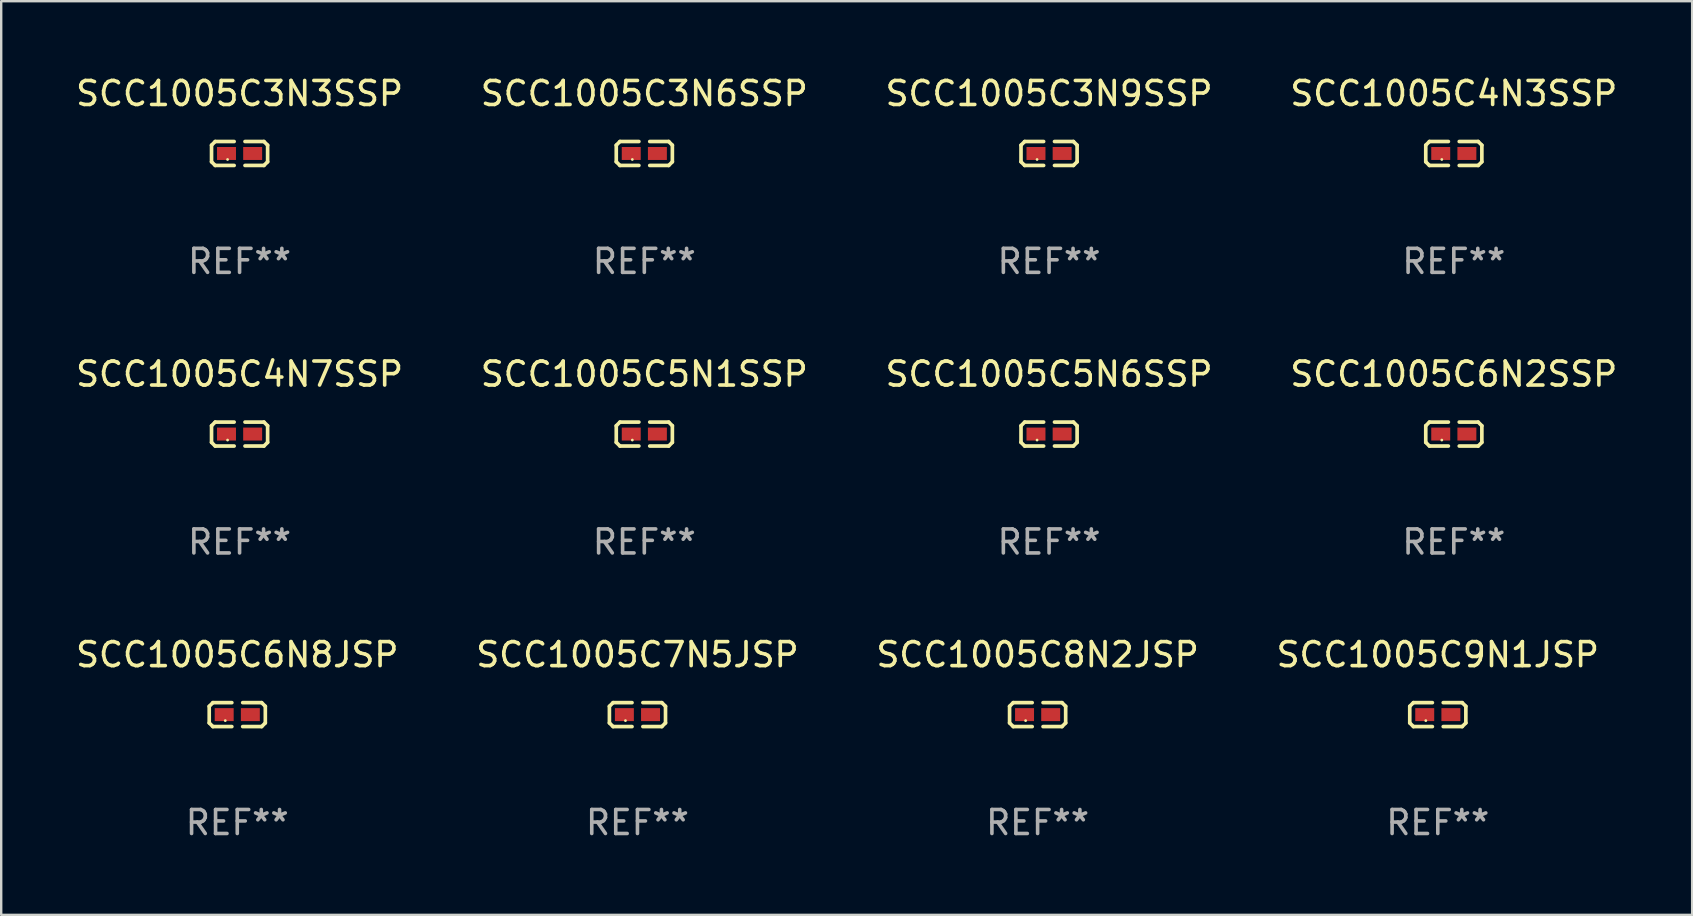
<source format=kicad_pcb>
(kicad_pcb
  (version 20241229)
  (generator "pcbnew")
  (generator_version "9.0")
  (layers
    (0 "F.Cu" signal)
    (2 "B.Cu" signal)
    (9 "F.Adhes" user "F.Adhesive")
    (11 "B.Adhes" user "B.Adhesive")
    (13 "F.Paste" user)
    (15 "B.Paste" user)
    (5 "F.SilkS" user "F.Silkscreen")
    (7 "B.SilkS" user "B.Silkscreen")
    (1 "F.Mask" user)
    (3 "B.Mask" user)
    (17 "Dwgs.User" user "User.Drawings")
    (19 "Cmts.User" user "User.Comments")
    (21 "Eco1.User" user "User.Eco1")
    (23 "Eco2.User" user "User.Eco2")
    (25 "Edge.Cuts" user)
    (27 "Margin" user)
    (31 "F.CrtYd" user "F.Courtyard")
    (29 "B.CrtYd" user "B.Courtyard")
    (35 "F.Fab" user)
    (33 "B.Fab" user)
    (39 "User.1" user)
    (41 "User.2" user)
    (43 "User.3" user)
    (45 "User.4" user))
  (footprint "SCC1005C8N2JSP"
    (layer "F.Cu")
    (at 40.196 26.734)
    (property "Reference" "SCC1005C8N2JSP" (at 0 -2.499 0) (layer "F.SilkS") (effects (font (size 1 1) (thickness 0.15))))
    (attr through_hole)
    (fp_line (start -1.169 -0.346) (end -1.016 -0.499) (stroke (width 0.152) (type solid)) (layer "F.SilkS"))
    (fp_line (start -1.169 0.346) (end -1.169 -0.346) (stroke (width 0.152) (type solid)) (layer "F.SilkS"))
    (fp_line (start -1.016 -0.499) (end -0.226 -0.499) (stroke (width 0.152) (type solid)) (layer "F.SilkS"))
    (fp_line (start -1.016 0.499) (end -1.169 0.346) (stroke (width 0.152) (type solid)) (layer "F.SilkS"))
    (fp_line (start -0.226 0.499) (end -1.016 0.499) (stroke (width 0.152) (type solid)) (layer "F.SilkS"))
    (fp_line (start 0.226 0.499) (end 1.016 0.499) (stroke (width 0.152) (type solid)) (layer "F.SilkS"))
    (fp_line (start 1.016 -0.499) (end 0.226 -0.499) (stroke (width 0.152) (type solid)) (layer "F.SilkS"))
    (fp_line (start 1.016 0.499) (end 1.169 0.346) (stroke (width 0.152) (type solid)) (layer "F.SilkS"))
    (fp_line (start 1.169 -0.346) (end 1.016 -0.499) (stroke (width 0.152) (type solid)) (layer "F.SilkS"))
    (fp_line (start 1.169 0.346) (end 1.169 -0.346) (stroke (width 0.152) (type solid)) (layer "F.SilkS"))
    (fp_circle (center -0.5 0.25) (end -0.47 0.25) (stroke (width 0.06) (type solid)) (fill no) (layer "F.SilkS"))
    (fp_text user "REF**" (at 0 4.499 0) (layer "F.Fab") (effects (font (size 1 1) (thickness 0.15))))
    (pad "1" smd rect (at -0.545 0) (size 0.79 0.54) (layers "F.Cu" "F.Mask" "F.Paste"))
    (pad "2" smd rect (at 0.545 0) (size 0.79 0.54) (layers "F.Cu" "F.Mask" "F.Paste")))
  (footprint "SCC1005C5N1SSP"
    (layer "F.Cu")
    (at 23.804 15.041)
    (property "Reference" "SCC1005C5N1SSP" (at 0 -2.499 0) (layer "F.SilkS") (effects (font (size 1 1) (thickness 0.15))))
    (attr through_hole)
    (fp_line (start -1.169 -0.346) (end -1.016 -0.499) (stroke (width 0.152) (type solid)) (layer "F.SilkS"))
    (fp_line (start -1.169 0.346) (end -1.169 -0.346) (stroke (width 0.152) (type solid)) (layer "F.SilkS"))
    (fp_line (start -1.016 -0.499) (end -0.226 -0.499) (stroke (width 0.152) (type solid)) (layer "F.SilkS"))
    (fp_line (start -1.016 0.499) (end -1.169 0.346) (stroke (width 0.152) (type solid)) (layer "F.SilkS"))
    (fp_line (start -0.226 0.499) (end -1.016 0.499) (stroke (width 0.152) (type solid)) (layer "F.SilkS"))
    (fp_line (start 0.226 0.499) (end 1.016 0.499) (stroke (width 0.152) (type solid)) (layer "F.SilkS"))
    (fp_line (start 1.016 -0.499) (end 0.226 -0.499) (stroke (width 0.152) (type solid)) (layer "F.SilkS"))
    (fp_line (start 1.016 0.499) (end 1.169 0.346) (stroke (width 0.152) (type solid)) (layer "F.SilkS"))
    (fp_line (start 1.169 -0.346) (end 1.016 -0.499) (stroke (width 0.152) (type solid)) (layer "F.SilkS"))
    (fp_line (start 1.169 0.346) (end 1.169 -0.346) (stroke (width 0.152) (type solid)) (layer "F.SilkS"))
    (fp_circle (center -0.5 0.25) (end -0.47 0.25) (stroke (width 0.06) (type solid)) (fill no) (layer "F.SilkS"))
    (fp_text user "REF**" (at 0 4.499 0) (layer "F.Fab") (effects (font (size 1 1) (thickness 0.15))))
    (pad "1" smd rect (at -0.545 0) (size 0.79 0.54) (layers "F.Cu" "F.Mask" "F.Paste"))
    (pad "2" smd rect (at 0.545 0) (size 0.79 0.54) (layers "F.Cu" "F.Mask" "F.Paste")))
  (footprint "SCC1005C3N9SSP"
    (layer "F.Cu")
    (at 40.673 3.347)
    (property "Reference" "SCC1005C3N9SSP" (at 0 -2.499 0) (layer "F.SilkS") (effects (font (size 1 1) (thickness 0.15))))
    (attr through_hole)
    (fp_line (start -1.169 -0.346) (end -1.016 -0.499) (stroke (width 0.152) (type solid)) (layer "F.SilkS"))
    (fp_line (start -1.169 0.346) (end -1.169 -0.346) (stroke (width 0.152) (type solid)) (layer "F.SilkS"))
    (fp_line (start -1.016 -0.499) (end -0.226 -0.499) (stroke (width 0.152) (type solid)) (layer "F.SilkS"))
    (fp_line (start -1.016 0.499) (end -1.169 0.346) (stroke (width 0.152) (type solid)) (layer "F.SilkS"))
    (fp_line (start -0.226 0.499) (end -1.016 0.499) (stroke (width 0.152) (type solid)) (layer "F.SilkS"))
    (fp_line (start 0.226 0.499) (end 1.016 0.499) (stroke (width 0.152) (type solid)) (layer "F.SilkS"))
    (fp_line (start 1.016 -0.499) (end 0.226 -0.499) (stroke (width 0.152) (type solid)) (layer "F.SilkS"))
    (fp_line (start 1.016 0.499) (end 1.169 0.346) (stroke (width 0.152) (type solid)) (layer "F.SilkS"))
    (fp_line (start 1.169 -0.346) (end 1.016 -0.499) (stroke (width 0.152) (type solid)) (layer "F.SilkS"))
    (fp_line (start 1.169 0.346) (end 1.169 -0.346) (stroke (width 0.152) (type solid)) (layer "F.SilkS"))
    (fp_circle (center -0.5 0.25) (end -0.47 0.25) (stroke (width 0.06) (type solid)) (fill no) (layer "F.SilkS"))
    (fp_text user "REF**" (at 0 4.499 0) (layer "F.Fab") (effects (font (size 1 1) (thickness 0.15))))
    (pad "1" smd rect (at -0.545 0) (size 0.79 0.54) (layers "F.Cu" "F.Mask" "F.Paste"))
    (pad "2" smd rect (at 0.545 0) (size 0.79 0.54) (layers "F.Cu" "F.Mask" "F.Paste")))
  (footprint "SCC1005C4N7SSP"
    (layer "F.Cu")
    (at 6.935 15.041)
    (property "Reference" "SCC1005C4N7SSP" (at 0 -2.499 0) (layer "F.SilkS") (effects (font (size 1 1) (thickness 0.15))))
    (attr through_hole)
    (fp_line (start -1.169 -0.346) (end -1.016 -0.499) (stroke (width 0.152) (type solid)) (layer "F.SilkS"))
    (fp_line (start -1.169 0.346) (end -1.169 -0.346) (stroke (width 0.152) (type solid)) (layer "F.SilkS"))
    (fp_line (start -1.016 -0.499) (end -0.226 -0.499) (stroke (width 0.152) (type solid)) (layer "F.SilkS"))
    (fp_line (start -1.016 0.499) (end -1.169 0.346) (stroke (width 0.152) (type solid)) (layer "F.SilkS"))
    (fp_line (start -0.226 0.499) (end -1.016 0.499) (stroke (width 0.152) (type solid)) (layer "F.SilkS"))
    (fp_line (start 0.226 0.499) (end 1.016 0.499) (stroke (width 0.152) (type solid)) (layer "F.SilkS"))
    (fp_line (start 1.016 -0.499) (end 0.226 -0.499) (stroke (width 0.152) (type solid)) (layer "F.SilkS"))
    (fp_line (start 1.016 0.499) (end 1.169 0.346) (stroke (width 0.152) (type solid)) (layer "F.SilkS"))
    (fp_line (start 1.169 -0.346) (end 1.016 -0.499) (stroke (width 0.152) (type solid)) (layer "F.SilkS"))
    (fp_line (start 1.169 0.346) (end 1.169 -0.346) (stroke (width 0.152) (type solid)) (layer "F.SilkS"))
    (fp_circle (center -0.5 0.25) (end -0.47 0.25) (stroke (width 0.06) (type solid)) (fill no) (layer "F.SilkS"))
    (fp_text user "REF**" (at 0 4.499 0) (layer "F.Fab") (effects (font (size 1 1) (thickness 0.15))))
    (pad "1" smd rect (at -0.545 0) (size 0.79 0.54) (layers "F.Cu" "F.Mask" "F.Paste"))
    (pad "2" smd rect (at 0.545 0) (size 0.79 0.54) (layers "F.Cu" "F.Mask" "F.Paste")))
  (footprint "SCC1005C5N6SSP"
    (layer "F.Cu")
    (at 40.673 15.041)
    (property "Reference" "SCC1005C5N6SSP" (at 0 -2.499 0) (layer "F.SilkS") (effects (font (size 1 1) (thickness 0.15))))
    (attr through_hole)
    (fp_line (start -1.169 -0.346) (end -1.016 -0.499) (stroke (width 0.152) (type solid)) (layer "F.SilkS"))
    (fp_line (start -1.169 0.346) (end -1.169 -0.346) (stroke (width 0.152) (type solid)) (layer "F.SilkS"))
    (fp_line (start -1.016 -0.499) (end -0.226 -0.499) (stroke (width 0.152) (type solid)) (layer "F.SilkS"))
    (fp_line (start -1.016 0.499) (end -1.169 0.346) (stroke (width 0.152) (type solid)) (layer "F.SilkS"))
    (fp_line (start -0.226 0.499) (end -1.016 0.499) (stroke (width 0.152) (type solid)) (layer "F.SilkS"))
    (fp_line (start 0.226 0.499) (end 1.016 0.499) (stroke (width 0.152) (type solid)) (layer "F.SilkS"))
    (fp_line (start 1.016 -0.499) (end 0.226 -0.499) (stroke (width 0.152) (type solid)) (layer "F.SilkS"))
    (fp_line (start 1.016 0.499) (end 1.169 0.346) (stroke (width 0.152) (type solid)) (layer "F.SilkS"))
    (fp_line (start 1.169 -0.346) (end 1.016 -0.499) (stroke (width 0.152) (type solid)) (layer "F.SilkS"))
    (fp_line (start 1.169 0.346) (end 1.169 -0.346) (stroke (width 0.152) (type solid)) (layer "F.SilkS"))
    (fp_circle (center -0.5 0.25) (end -0.47 0.25) (stroke (width 0.06) (type solid)) (fill no) (layer "F.SilkS"))
    (fp_text user "REF**" (at 0 4.499 0) (layer "F.Fab") (effects (font (size 1 1) (thickness 0.15))))
    (pad "1" smd rect (at -0.545 0) (size 0.79 0.54) (layers "F.Cu" "F.Mask" "F.Paste"))
    (pad "2" smd rect (at 0.545 0) (size 0.79 0.54) (layers "F.Cu" "F.Mask" "F.Paste")))
  (footprint "SCC1005C6N8JSP"
    (layer "F.Cu")
    (at 6.839 26.734)
    (property "Reference" "SCC1005C6N8JSP" (at 0 -2.499 0) (layer "F.SilkS") (effects (font (size 1 1) (thickness 0.15))))
    (attr through_hole)
    (fp_line (start -1.169 -0.346) (end -1.016 -0.499) (stroke (width 0.152) (type solid)) (layer "F.SilkS"))
    (fp_line (start -1.169 0.346) (end -1.169 -0.346) (stroke (width 0.152) (type solid)) (layer "F.SilkS"))
    (fp_line (start -1.016 -0.499) (end -0.226 -0.499) (stroke (width 0.152) (type solid)) (layer "F.SilkS"))
    (fp_line (start -1.016 0.499) (end -1.169 0.346) (stroke (width 0.152) (type solid)) (layer "F.SilkS"))
    (fp_line (start -0.226 0.499) (end -1.016 0.499) (stroke (width 0.152) (type solid)) (layer "F.SilkS"))
    (fp_line (start 0.226 0.499) (end 1.016 0.499) (stroke (width 0.152) (type solid)) (layer "F.SilkS"))
    (fp_line (start 1.016 -0.499) (end 0.226 -0.499) (stroke (width 0.152) (type solid)) (layer "F.SilkS"))
    (fp_line (start 1.016 0.499) (end 1.169 0.346) (stroke (width 0.152) (type solid)) (layer "F.SilkS"))
    (fp_line (start 1.169 -0.346) (end 1.016 -0.499) (stroke (width 0.152) (type solid)) (layer "F.SilkS"))
    (fp_line (start 1.169 0.346) (end 1.169 -0.346) (stroke (width 0.152) (type solid)) (layer "F.SilkS"))
    (fp_circle (center -0.5 0.25) (end -0.47 0.25) (stroke (width 0.06) (type solid)) (fill no) (layer "F.SilkS"))
    (fp_text user "REF**" (at 0 4.499 0) (layer "F.Fab") (effects (font (size 1 1) (thickness 0.15))))
    (pad "1" smd rect (at -0.545 0) (size 0.79 0.54) (layers "F.Cu" "F.Mask" "F.Paste"))
    (pad "2" smd rect (at 0.545 0) (size 0.79 0.54) (layers "F.Cu" "F.Mask" "F.Paste")))
  (footprint "SCC1005C7N5JSP"
    (layer "F.Cu")
    (at 23.518 26.734)
    (property "Reference" "SCC1005C7N5JSP" (at 0 -2.499 0) (layer "F.SilkS") (effects (font (size 1 1) (thickness 0.15))))
    (attr through_hole)
    (fp_line (start -1.169 -0.346) (end -1.016 -0.499) (stroke (width 0.152) (type solid)) (layer "F.SilkS"))
    (fp_line (start -1.169 0.346) (end -1.169 -0.346) (stroke (width 0.152) (type solid)) (layer "F.SilkS"))
    (fp_line (start -1.016 -0.499) (end -0.226 -0.499) (stroke (width 0.152) (type solid)) (layer "F.SilkS"))
    (fp_line (start -1.016 0.499) (end -1.169 0.346) (stroke (width 0.152) (type solid)) (layer "F.SilkS"))
    (fp_line (start -0.226 0.499) (end -1.016 0.499) (stroke (width 0.152) (type solid)) (layer "F.SilkS"))
    (fp_line (start 0.226 0.499) (end 1.016 0.499) (stroke (width 0.152) (type solid)) (layer "F.SilkS"))
    (fp_line (start 1.016 -0.499) (end 0.226 -0.499) (stroke (width 0.152) (type solid)) (layer "F.SilkS"))
    (fp_line (start 1.016 0.499) (end 1.169 0.346) (stroke (width 0.152) (type solid)) (layer "F.SilkS"))
    (fp_line (start 1.169 -0.346) (end 1.016 -0.499) (stroke (width 0.152) (type solid)) (layer "F.SilkS"))
    (fp_line (start 1.169 0.346) (end 1.169 -0.346) (stroke (width 0.152) (type solid)) (layer "F.SilkS"))
    (fp_circle (center -0.5 0.25) (end -0.47 0.25) (stroke (width 0.06) (type solid)) (fill no) (layer "F.SilkS"))
    (fp_text user "REF**" (at 0 4.499 0) (layer "F.Fab") (effects (font (size 1 1) (thickness 0.15))))
    (pad "1" smd rect (at -0.545 0) (size 0.79 0.54) (layers "F.Cu" "F.Mask" "F.Paste"))
    (pad "2" smd rect (at 0.545 0) (size 0.79 0.54) (layers "F.Cu" "F.Mask" "F.Paste")))
  (footprint "SCC1005C6N2SSP"
    (layer "F.Cu")
    (at 57.542 15.041)
    (property "Reference" "SCC1005C6N2SSP" (at 0 -2.499 0) (layer "F.SilkS") (effects (font (size 1 1) (thickness 0.15))))
    (attr through_hole)
    (fp_line (start -1.169 -0.346) (end -1.016 -0.499) (stroke (width 0.152) (type solid)) (layer "F.SilkS"))
    (fp_line (start -1.169 0.346) (end -1.169 -0.346) (stroke (width 0.152) (type solid)) (layer "F.SilkS"))
    (fp_line (start -1.016 -0.499) (end -0.226 -0.499) (stroke (width 0.152) (type solid)) (layer "F.SilkS"))
    (fp_line (start -1.016 0.499) (end -1.169 0.346) (stroke (width 0.152) (type solid)) (layer "F.SilkS"))
    (fp_line (start -0.226 0.499) (end -1.016 0.499) (stroke (width 0.152) (type solid)) (layer "F.SilkS"))
    (fp_line (start 0.226 0.499) (end 1.016 0.499) (stroke (width 0.152) (type solid)) (layer "F.SilkS"))
    (fp_line (start 1.016 -0.499) (end 0.226 -0.499) (stroke (width 0.152) (type solid)) (layer "F.SilkS"))
    (fp_line (start 1.016 0.499) (end 1.169 0.346) (stroke (width 0.152) (type solid)) (layer "F.SilkS"))
    (fp_line (start 1.169 -0.346) (end 1.016 -0.499) (stroke (width 0.152) (type solid)) (layer "F.SilkS"))
    (fp_line (start 1.169 0.346) (end 1.169 -0.346) (stroke (width 0.152) (type solid)) (layer "F.SilkS"))
    (fp_circle (center -0.5 0.25) (end -0.47 0.25) (stroke (width 0.06) (type solid)) (fill no) (layer "F.SilkS"))
    (fp_text user "REF**" (at 0 4.499 0) (layer "F.Fab") (effects (font (size 1 1) (thickness 0.15))))
    (pad "1" smd rect (at -0.545 0) (size 0.79 0.54) (layers "F.Cu" "F.Mask" "F.Paste"))
    (pad "2" smd rect (at 0.545 0) (size 0.79 0.54) (layers "F.Cu" "F.Mask" "F.Paste")))
  (footprint "SCC1005C9N1JSP"
    (layer "F.Cu")
    (at 56.875 26.734)
    (property "Reference" "SCC1005C9N1JSP" (at 0 -2.499 0) (layer "F.SilkS") (effects (font (size 1 1) (thickness 0.15))))
    (attr through_hole)
    (fp_line (start -1.169 -0.346) (end -1.016 -0.499) (stroke (width 0.152) (type solid)) (layer "F.SilkS"))
    (fp_line (start -1.169 0.346) (end -1.169 -0.346) (stroke (width 0.152) (type solid)) (layer "F.SilkS"))
    (fp_line (start -1.016 -0.499) (end -0.226 -0.499) (stroke (width 0.152) (type solid)) (layer "F.SilkS"))
    (fp_line (start -1.016 0.499) (end -1.169 0.346) (stroke (width 0.152) (type solid)) (layer "F.SilkS"))
    (fp_line (start -0.226 0.499) (end -1.016 0.499) (stroke (width 0.152) (type solid)) (layer "F.SilkS"))
    (fp_line (start 0.226 0.499) (end 1.016 0.499) (stroke (width 0.152) (type solid)) (layer "F.SilkS"))
    (fp_line (start 1.016 -0.499) (end 0.226 -0.499) (stroke (width 0.152) (type solid)) (layer "F.SilkS"))
    (fp_line (start 1.016 0.499) (end 1.169 0.346) (stroke (width 0.152) (type solid)) (layer "F.SilkS"))
    (fp_line (start 1.169 -0.346) (end 1.016 -0.499) (stroke (width 0.152) (type solid)) (layer "F.SilkS"))
    (fp_line (start 1.169 0.346) (end 1.169 -0.346) (stroke (width 0.152) (type solid)) (layer "F.SilkS"))
    (fp_circle (center -0.5 0.25) (end -0.47 0.25) (stroke (width 0.06) (type solid)) (fill no) (layer "F.SilkS"))
    (fp_text user "REF**" (at 0 4.499 0) (layer "F.Fab") (effects (font (size 1 1) (thickness 0.15))))
    (pad "1" smd rect (at -0.545 0) (size 0.79 0.54) (layers "F.Cu" "F.Mask" "F.Paste"))
    (pad "2" smd rect (at 0.545 0) (size 0.79 0.54) (layers "F.Cu" "F.Mask" "F.Paste")))
  (footprint "SCC1005C3N6SSP"
    (layer "F.Cu")
    (at 23.804 3.347)
    (property "Reference" "SCC1005C3N6SSP" (at 0 -2.499 0) (layer "F.SilkS") (effects (font (size 1 1) (thickness 0.15))))
    (attr through_hole)
    (fp_line (start -1.169 -0.346) (end -1.016 -0.499) (stroke (width 0.152) (type solid)) (layer "F.SilkS"))
    (fp_line (start -1.169 0.346) (end -1.169 -0.346) (stroke (width 0.152) (type solid)) (layer "F.SilkS"))
    (fp_line (start -1.016 -0.499) (end -0.226 -0.499) (stroke (width 0.152) (type solid)) (layer "F.SilkS"))
    (fp_line (start -1.016 0.499) (end -1.169 0.346) (stroke (width 0.152) (type solid)) (layer "F.SilkS"))
    (fp_line (start -0.226 0.499) (end -1.016 0.499) (stroke (width 0.152) (type solid)) (layer "F.SilkS"))
    (fp_line (start 0.226 0.499) (end 1.016 0.499) (stroke (width 0.152) (type solid)) (layer "F.SilkS"))
    (fp_line (start 1.016 -0.499) (end 0.226 -0.499) (stroke (width 0.152) (type solid)) (layer "F.SilkS"))
    (fp_line (start 1.016 0.499) (end 1.169 0.346) (stroke (width 0.152) (type solid)) (layer "F.SilkS"))
    (fp_line (start 1.169 -0.346) (end 1.016 -0.499) (stroke (width 0.152) (type solid)) (layer "F.SilkS"))
    (fp_line (start 1.169 0.346) (end 1.169 -0.346) (stroke (width 0.152) (type solid)) (layer "F.SilkS"))
    (fp_circle (center -0.5 0.25) (end -0.47 0.25) (stroke (width 0.06) (type solid)) (fill no) (layer "F.SilkS"))
    (fp_text user "REF**" (at 0 4.499 0) (layer "F.Fab") (effects (font (size 1 1) (thickness 0.15))))
    (pad "1" smd rect (at -0.545 0) (size 0.79 0.54) (layers "F.Cu" "F.Mask" "F.Paste"))
    (pad "2" smd rect (at 0.545 0) (size 0.79 0.54) (layers "F.Cu" "F.Mask" "F.Paste")))
  (footprint "SCC1005C3N3SSP"
    (layer "F.Cu")
    (at 6.935 3.347)
    (property "Reference" "SCC1005C3N3SSP" (at 0 -2.499 0) (layer "F.SilkS") (effects (font (size 1 1) (thickness 0.15))))
    (attr through_hole)
    (fp_line (start -1.169 -0.346) (end -1.016 -0.499) (stroke (width 0.152) (type solid)) (layer "F.SilkS"))
    (fp_line (start -1.169 0.346) (end -1.169 -0.346) (stroke (width 0.152) (type solid)) (layer "F.SilkS"))
    (fp_line (start -1.016 -0.499) (end -0.226 -0.499) (stroke (width 0.152) (type solid)) (layer "F.SilkS"))
    (fp_line (start -1.016 0.499) (end -1.169 0.346) (stroke (width 0.152) (type solid)) (layer "F.SilkS"))
    (fp_line (start -0.226 0.499) (end -1.016 0.499) (stroke (width 0.152) (type solid)) (layer "F.SilkS"))
    (fp_line (start 0.226 0.499) (end 1.016 0.499) (stroke (width 0.152) (type solid)) (layer "F.SilkS"))
    (fp_line (start 1.016 -0.499) (end 0.226 -0.499) (stroke (width 0.152) (type solid)) (layer "F.SilkS"))
    (fp_line (start 1.016 0.499) (end 1.169 0.346) (stroke (width 0.152) (type solid)) (layer "F.SilkS"))
    (fp_line (start 1.169 -0.346) (end 1.016 -0.499) (stroke (width 0.152) (type solid)) (layer "F.SilkS"))
    (fp_line (start 1.169 0.346) (end 1.169 -0.346) (stroke (width 0.152) (type solid)) (layer "F.SilkS"))
    (fp_circle (center -0.5 0.25) (end -0.47 0.25) (stroke (width 0.06) (type solid)) (fill no) (layer "F.SilkS"))
    (fp_text user "REF**" (at 0 4.499 0) (layer "F.Fab") (effects (font (size 1 1) (thickness 0.15))))
    (pad "1" smd rect (at -0.545 0) (size 0.79 0.54) (layers "F.Cu" "F.Mask" "F.Paste"))
    (pad "2" smd rect (at 0.545 0) (size 0.79 0.54) (layers "F.Cu" "F.Mask" "F.Paste")))
  (footprint "SCC1005C4N3SSP"
    (layer "F.Cu")
    (at 57.542 3.347)
    (property "Reference" "SCC1005C4N3SSP" (at 0 -2.499 0) (layer "F.SilkS") (effects (font (size 1 1) (thickness 0.15))))
    (attr through_hole)
    (fp_line (start -1.169 -0.346) (end -1.016 -0.499) (stroke (width 0.152) (type solid)) (layer "F.SilkS"))
    (fp_line (start -1.169 0.346) (end -1.169 -0.346) (stroke (width 0.152) (type solid)) (layer "F.SilkS"))
    (fp_line (start -1.016 -0.499) (end -0.226 -0.499) (stroke (width 0.152) (type solid)) (layer "F.SilkS"))
    (fp_line (start -1.016 0.499) (end -1.169 0.346) (stroke (width 0.152) (type solid)) (layer "F.SilkS"))
    (fp_line (start -0.226 0.499) (end -1.016 0.499) (stroke (width 0.152) (type solid)) (layer "F.SilkS"))
    (fp_line (start 0.226 0.499) (end 1.016 0.499) (stroke (width 0.152) (type solid)) (layer "F.SilkS"))
    (fp_line (start 1.016 -0.499) (end 0.226 -0.499) (stroke (width 0.152) (type solid)) (layer "F.SilkS"))
    (fp_line (start 1.016 0.499) (end 1.169 0.346) (stroke (width 0.152) (type solid)) (layer "F.SilkS"))
    (fp_line (start 1.169 -0.346) (end 1.016 -0.499) (stroke (width 0.152) (type solid)) (layer "F.SilkS"))
    (fp_line (start 1.169 0.346) (end 1.169 -0.346) (stroke (width 0.152) (type solid)) (layer "F.SilkS"))
    (fp_circle (center -0.5 0.25) (end -0.47 0.25) (stroke (width 0.06) (type solid)) (fill no) (layer "F.SilkS"))
    (fp_text user "REF**" (at 0 4.499 0) (layer "F.Fab") (effects (font (size 1 1) (thickness 0.15))))
    (pad "1" smd rect (at -0.545 0) (size 0.79 0.54) (layers "F.Cu" "F.Mask" "F.Paste"))
    (pad "2" smd rect (at 0.545 0) (size 0.79 0.54) (layers "F.Cu" "F.Mask" "F.Paste")))
  (gr_rect
    (start -3 -3)
    (end 67.476 35.081)
    (stroke (width 0.1) (type default))
    (fill no)
    (layer "Edge.Cuts")))
</source>
